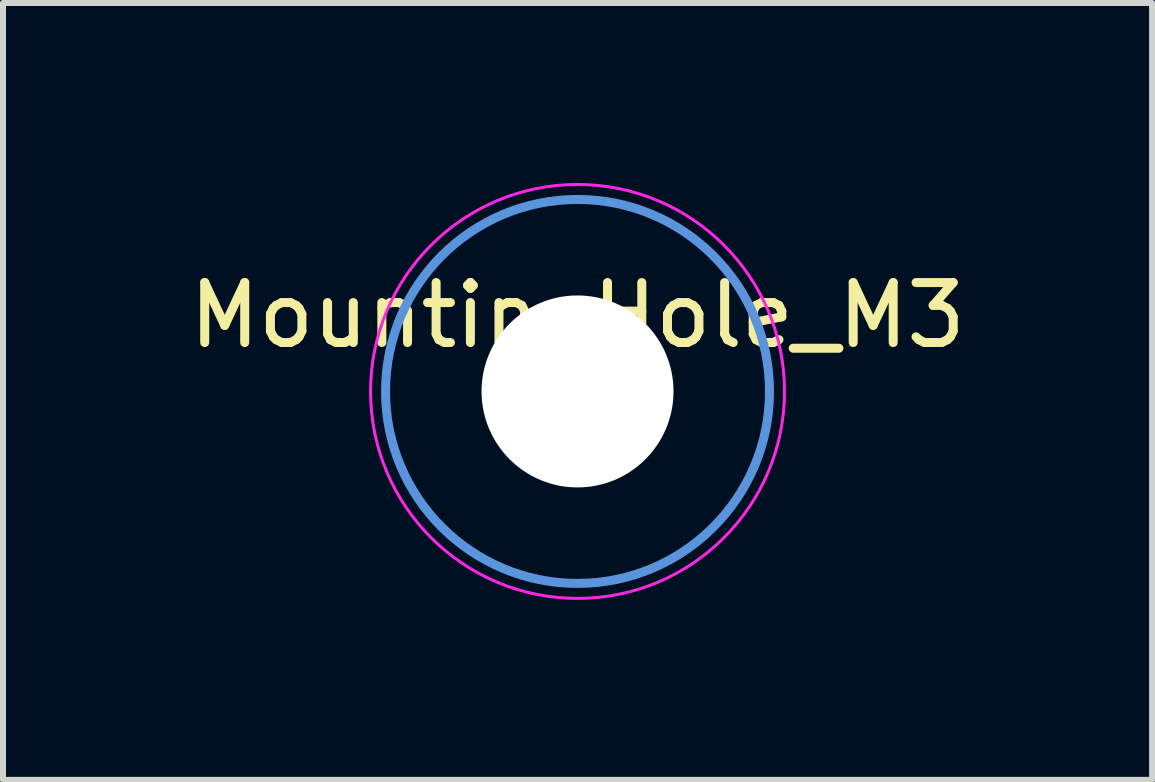
<source format=kicad_pcb>
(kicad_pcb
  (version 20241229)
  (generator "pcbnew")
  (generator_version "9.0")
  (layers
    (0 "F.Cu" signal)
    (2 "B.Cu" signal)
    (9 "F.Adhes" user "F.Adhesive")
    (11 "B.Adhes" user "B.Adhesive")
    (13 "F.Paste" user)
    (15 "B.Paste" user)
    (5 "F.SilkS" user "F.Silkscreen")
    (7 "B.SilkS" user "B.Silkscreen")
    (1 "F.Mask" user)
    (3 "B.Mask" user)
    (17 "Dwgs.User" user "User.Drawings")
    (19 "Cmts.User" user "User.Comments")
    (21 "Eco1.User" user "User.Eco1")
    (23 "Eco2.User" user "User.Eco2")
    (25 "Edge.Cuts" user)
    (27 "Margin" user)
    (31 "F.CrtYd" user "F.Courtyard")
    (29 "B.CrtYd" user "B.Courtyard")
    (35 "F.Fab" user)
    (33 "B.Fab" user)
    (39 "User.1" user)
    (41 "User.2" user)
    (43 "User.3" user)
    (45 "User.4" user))
  (footprint "MountingHole_M3"
    (layer "F.Cu")
    (at 6.577 3.475)
    (property "Reference" "MountingHole_M3" (at 0 -1.27 0) (layer "F.SilkS") (effects (font (size 1 1) (thickness 0.15))))
    (attr through_hole)
    (fp_circle (center 0 0) (end 3.2 0) (stroke (width 0.15) (type solid)) (fill no) (layer "Cmts.User"))
    (fp_circle (center 0 0) (end 3.45 0) (stroke (width 0.05) (type solid)) (fill no) (layer "F.CrtYd"))
    (pad "" np_thru_hole circle (at 0 0) (size 3.2 3.2) (drill 3.2) (layers "*.Cu" "*.Mask")))
  (gr_rect
    (start -3 -3)
    (end 16.155 9.95)
    (stroke (width 0.1) (type default))
    (fill no)
    (layer "Edge.Cuts")))
</source>
